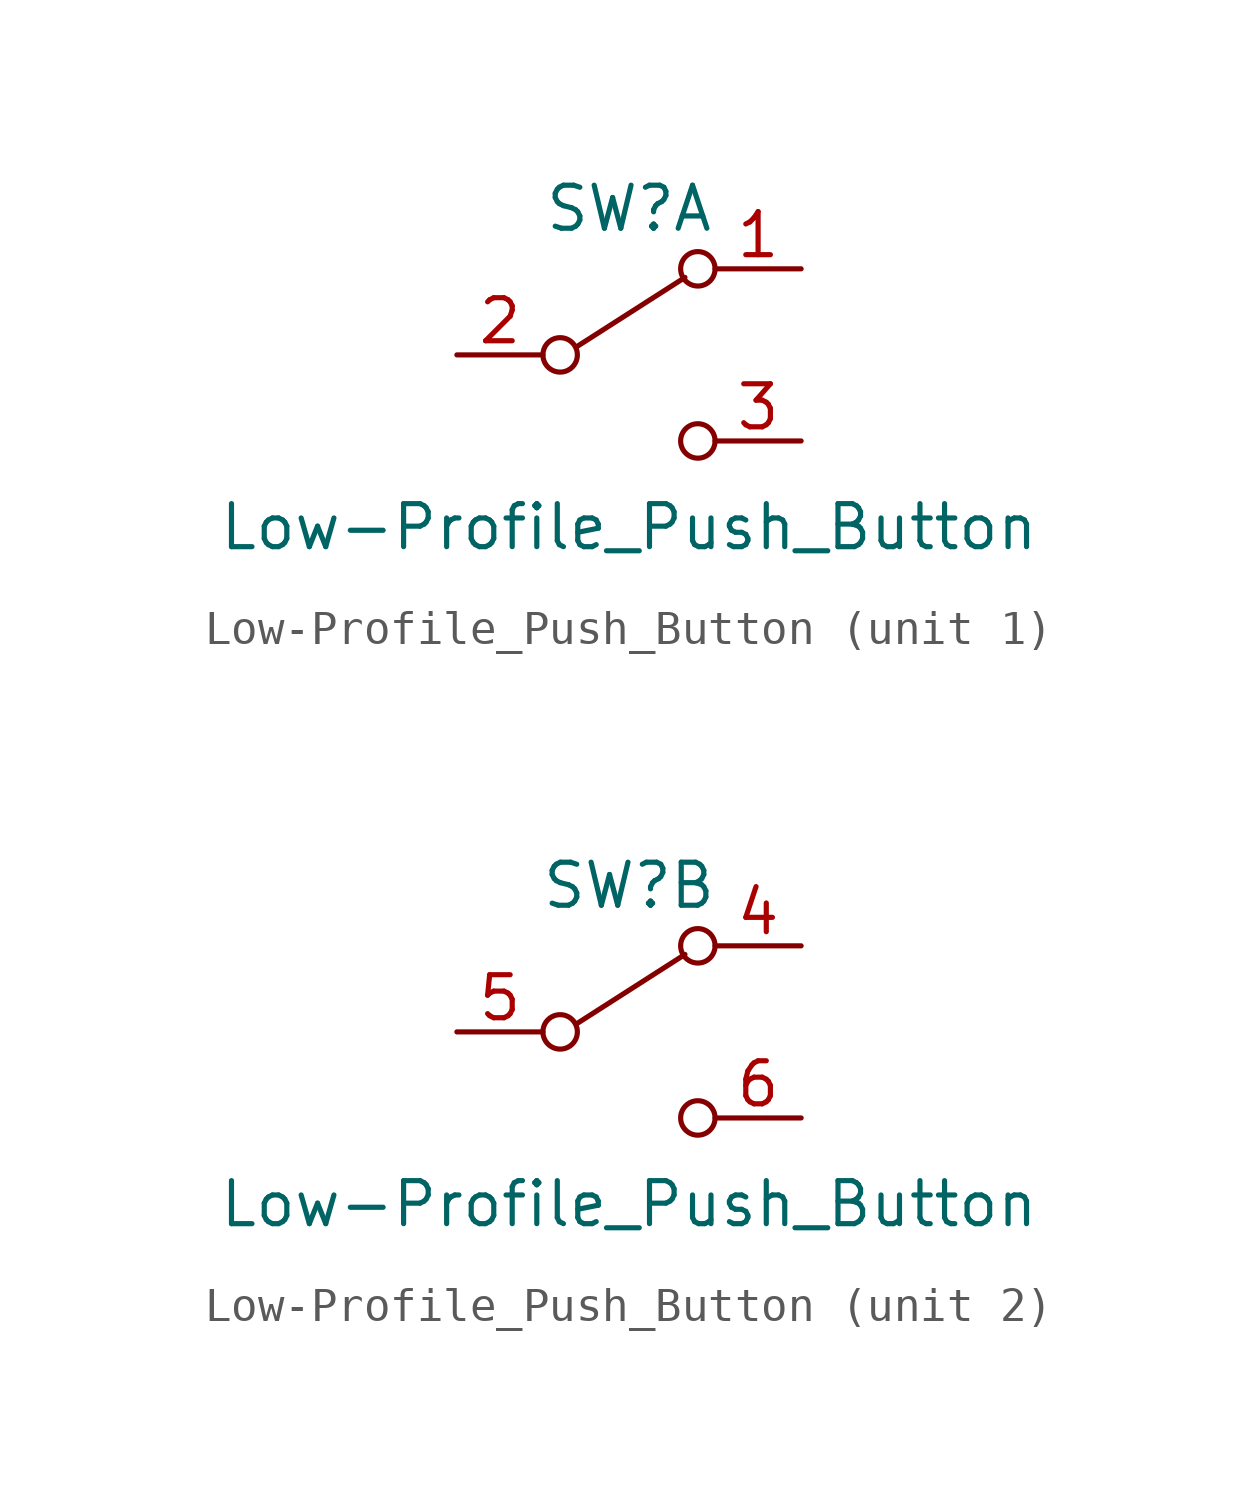
<source format=kicad_sym>
(kicad_symbol_lib
  (version 20231120)
  (generator "kicad_symbol_editor")
  (generator_version "8.0")
  (symbol "Low-Profile_Push_Button"
    (pin_names
      (offset 0) hide)
    (property "Reference" "SW"
      (at 0 4.318 0)
      (effects (font (size 1.27 1.27))))
    (property "Value" "Low-Profile_Push_Button"
      (at 0 -5.08 0)
      (effects (font (size 1.27 1.27))))
    (symbol "Low-Profile_Push_Button_0_0"
      (circle (center -2.032 0) (radius 0.508) (stroke (width 0) (type default)) (fill (type none)))
      (circle (center 2.032 -2.54) (radius 0.508) (stroke (width 0) (type default)) (fill (type none))))
    (symbol "Low-Profile_Push_Button_0_1"
      (polyline (pts (xy -1.524 0.254) (xy 1.651 2.286)) (stroke (width 0) (type default)) (fill (type none)))
      (circle (center 2.032 2.54) (radius 0.508) (stroke (width 0) (type default)) (fill (type none))))
    (symbol "Low-Profile_Push_Button_1_1"
      (pin passive line (at 5.08 2.54 180) (length 2.54) (name "A" (effects (font (size 1.27 1.27)))) (number "1" (effects (font (size 1.27 1.27)))))
      (pin passive line (at -5.08 0 0) (length 2.54) (name "B" (effects (font (size 1.27 1.27)))) (number "2" (effects (font (size 1.27 1.27)))))
      (pin passive line (at 5.08 -2.54 180) (length 2.54) (name "C" (effects (font (size 1.27 1.27)))) (number "3" (effects (font (size 1.27 1.27))))))
    (symbol "Low-Profile_Push_Button_2_1"
      (pin passive line (at 5.08 2.54 180) (length 2.54) (name "A" (effects (font (size 1.27 1.27)))) (number "4" (effects (font (size 1.27 1.27)))))
      (pin passive line (at -5.08 0 0) (length 2.54) (name "B" (effects (font (size 1.27 1.27)))) (number "5" (effects (font (size 1.27 1.27)))))
      (pin passive line (at 5.08 -2.54 180) (length 2.54) (name "C" (effects (font (size 1.27 1.27)))) (number "6" (effects (font (size 1.27 1.27))))))))
</source>
